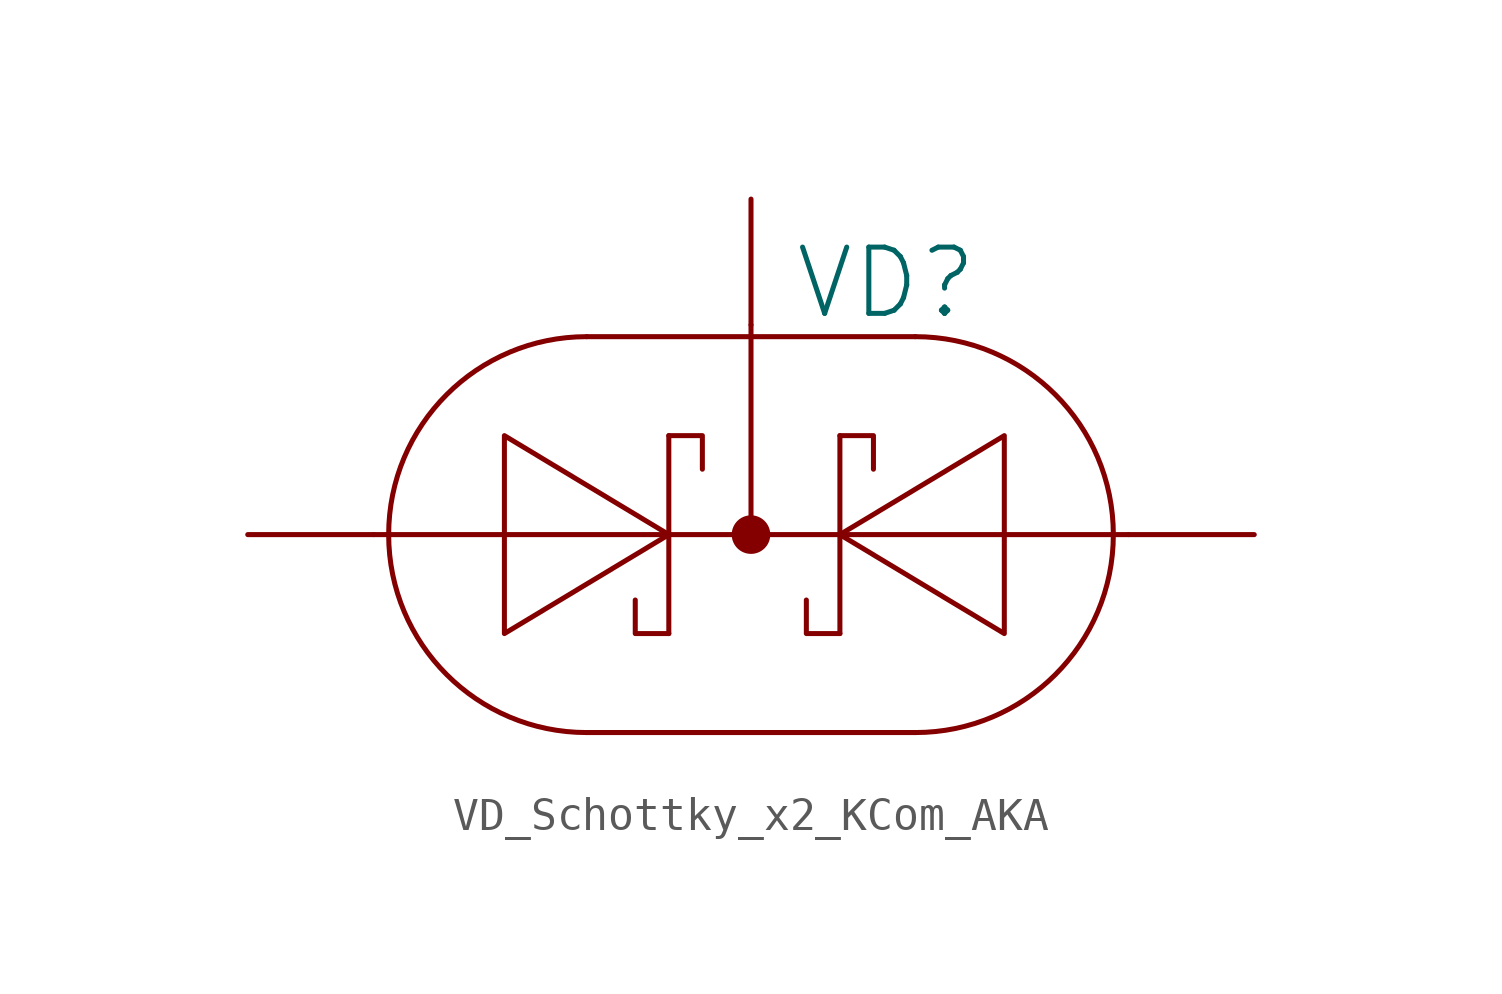
<source format=kicad_sym>
(kicad_symbol_lib
  (version 20231120)
  (generator "kicad_symbol_editor")
  (generator_version "8.0")
  (symbol "VD_Schottky_x2_KCom_AKA"
    (pin_numbers hide)
    (pin_names
      (offset 0) hide)
    (property "Reference" "VD"
      (at 1.27 7.62 0)
      (effects (font (size 2.007 2.007)) (justify left)))
    (symbol "VD_Schottky_x2_KCom_AKA_0_1"
      (arc (start -4.9784 5.9944) (mid -10.9728 0) (end -4.9784 -5.9944) (stroke (width 0) (type solid)) (fill (type none)))
      (polyline (pts (xy -11.43 0) (xy 11.43 0)) (stroke (width 0) (type solid)) (fill (type none)))
      (polyline (pts (xy -4.978 -5.994) (xy 4.978 -5.994)) (stroke (width 0) (type solid)) (fill (type none)))
      (polyline (pts (xy -4.978 5.994) (xy 4.978 5.994)) (stroke (width 0) (type solid)) (fill (type none)))
      (polyline (pts (xy -2.489 2.997) (xy -2.489 -2.997)) (stroke (width 0) (type solid)) (fill (type none)))
      (polyline (pts (xy 0 6.35) (xy 0 0)) (stroke (width 0) (type solid)) (fill (type none)))
      (polyline (pts (xy 2.692 2.997) (xy 2.692 -2.997)) (stroke (width 0) (type solid)) (fill (type none)))
      (polyline (pts (xy -2.489 0) (xy -7.468 2.997) (xy -7.468 -2.997) (xy -2.489 0)) (stroke (width 0) (type solid)) (fill (type none)))
      (polyline (pts (xy 2.692 0) (xy 7.671 2.997) (xy 7.671 -2.997) (xy 2.692 0)) (stroke (width 0) (type solid)) (fill (type none)))
      (circle (center 0 0) (radius 0.508) (stroke (width 0) (type solid)) (fill (type outline)))
      (arc (start 4.9784 -5.9944) (mid 10.9728 0) (end 4.9784 5.9944) (stroke (width 0) (type solid)) (fill (type none))))
    (symbol "VD_Schottky_x2_KCom_AKA_1_1"
      (polyline (pts (xy -2.489 -2.997) (xy -3.505 -2.997) (xy -3.505 -1.981)) (stroke (width 0) (type solid)) (fill (type none)))
      (polyline (pts (xy -2.489 2.997) (xy -1.473 2.997) (xy -1.473 1.981)) (stroke (width 0) (type solid)) (fill (type none)))
      (polyline (pts (xy 2.692 -2.997) (xy 1.676 -2.997) (xy 1.676 -1.981)) (stroke (width 0) (type solid)) (fill (type none)))
      (polyline (pts (xy 2.692 2.997) (xy 3.708 2.997) (xy 3.708 1.981)) (stroke (width 0) (type solid)) (fill (type none)))
      (pin passive line (at -15.24 0 0) (length 3.81) (name "A" (effects (font (size 2.007 2.007)))) (number "1" (effects (font (size 2.007 2.007)))))
      (pin passive line (at 0 10.16 270) (length 3.81) (name "K" (effects (font (size 2.007 2.007)))) (number "2" (effects (font (size 2.007 2.007)))))
      (pin passive line (at 15.24 0 180) (length 3.81) (name "A" (effects (font (size 2.007 2.007)))) (number "3" (effects (font (size 2.007 2.007))))))))
</source>
